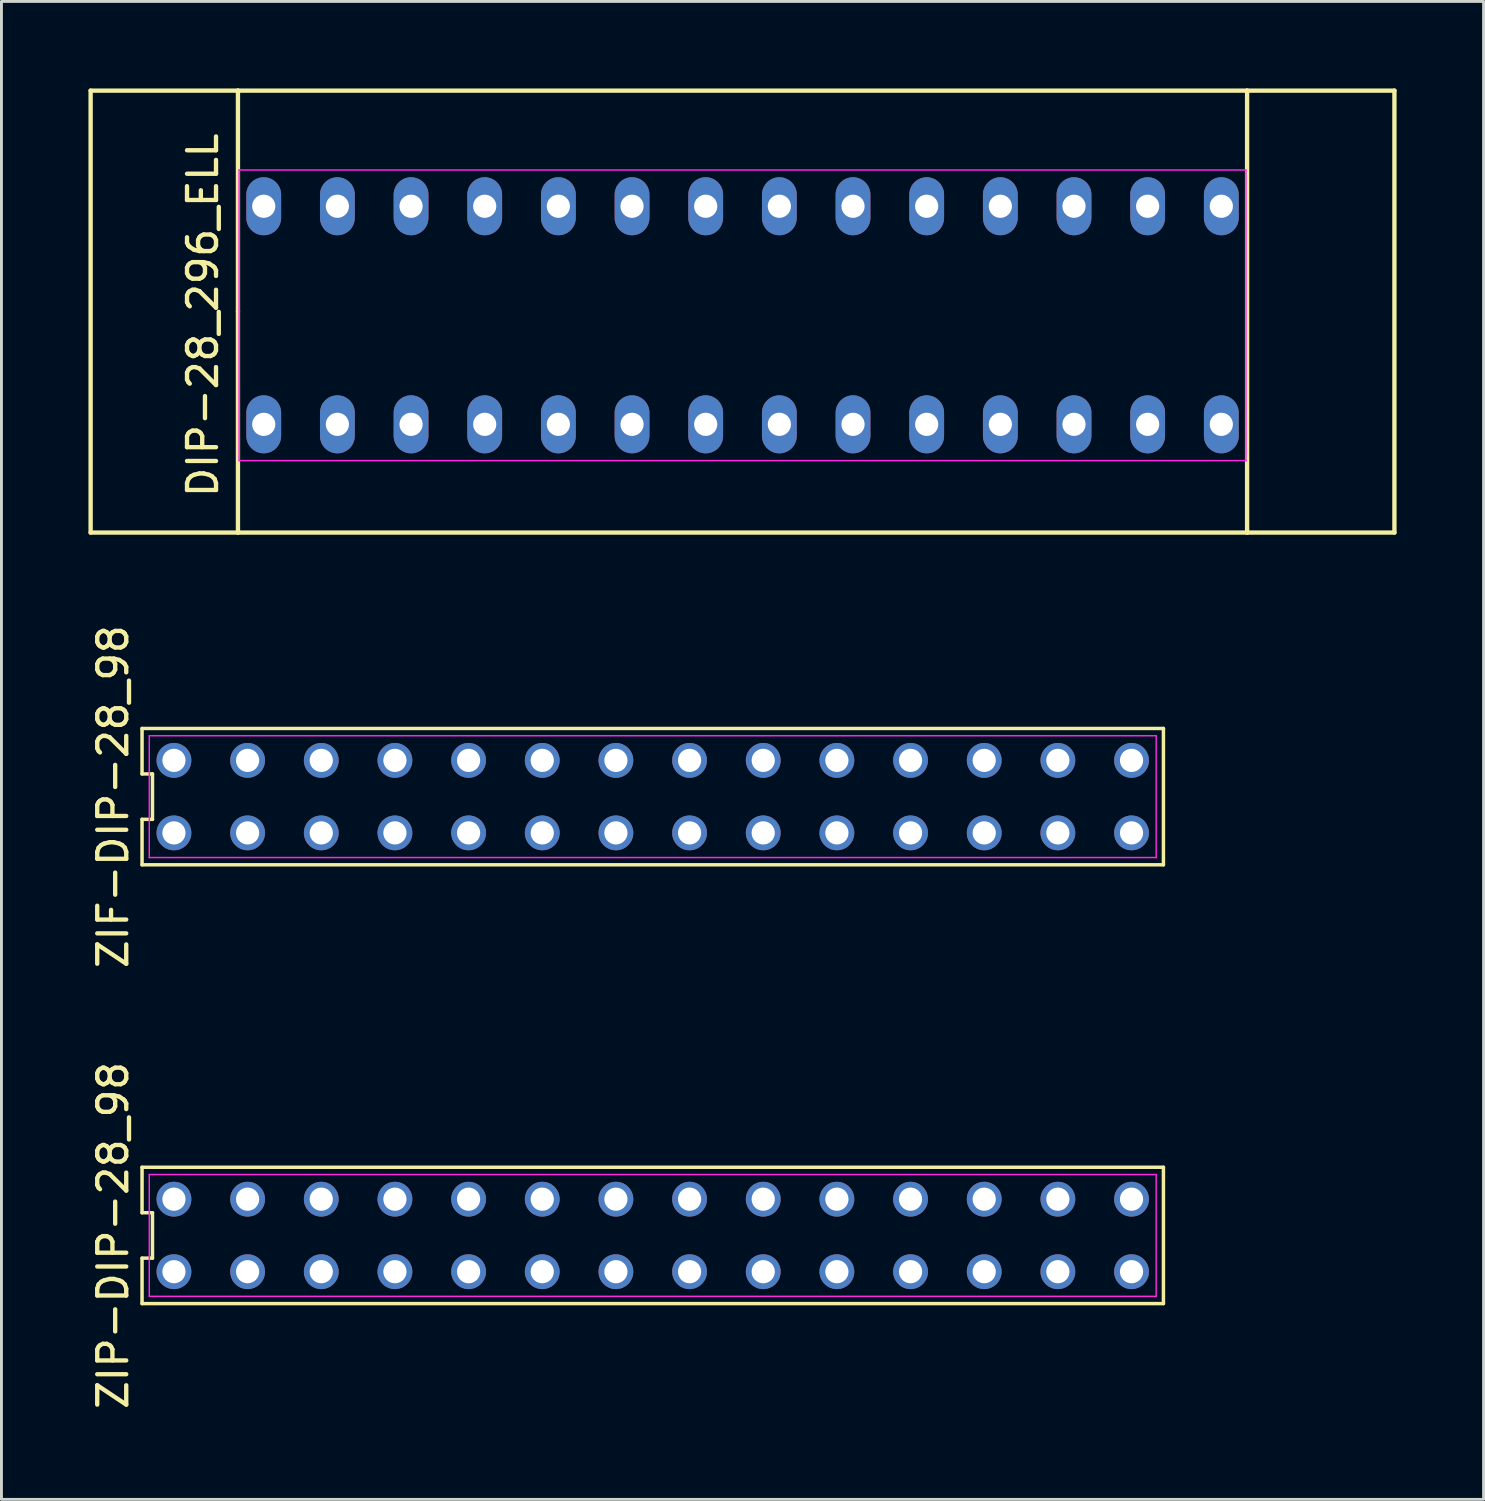
<source format=kicad_pcb>
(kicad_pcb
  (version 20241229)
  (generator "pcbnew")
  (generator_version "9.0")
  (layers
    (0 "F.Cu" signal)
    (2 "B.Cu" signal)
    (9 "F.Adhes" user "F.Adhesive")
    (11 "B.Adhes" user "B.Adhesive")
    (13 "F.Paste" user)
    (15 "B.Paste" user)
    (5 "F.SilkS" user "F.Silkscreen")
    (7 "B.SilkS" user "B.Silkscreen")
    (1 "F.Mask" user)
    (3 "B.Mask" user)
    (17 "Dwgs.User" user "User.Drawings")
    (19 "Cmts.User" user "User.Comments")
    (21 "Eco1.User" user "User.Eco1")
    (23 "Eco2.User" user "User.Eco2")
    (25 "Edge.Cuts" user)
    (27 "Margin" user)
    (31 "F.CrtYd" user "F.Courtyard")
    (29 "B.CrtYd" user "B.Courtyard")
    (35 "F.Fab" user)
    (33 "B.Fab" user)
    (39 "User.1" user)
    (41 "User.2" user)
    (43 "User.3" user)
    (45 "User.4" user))
  (footprint "DIP-28_296_ELL"
    (layer "F.Cu")
    (at 22.554 7.822)
    (property "Reference" "DIP-28_296_ELL" (at -18.61 0 90) (layer "F.SilkS") (effects (font (size 1 1) (thickness 0.15))))
    (attr through_hole)
    (fp_line (start -22.479 -7.747) (end -17.399 -7.747) (stroke (width 0.15) (type solid)) (layer "F.SilkS"))
    (fp_line (start -22.479 7.493) (end -22.479 -7.747) (stroke (width 0.15) (type solid)) (layer "F.SilkS"))
    (fp_line (start -17.399 -7.747) (end 17.399 -7.747) (stroke (width 0.15) (type solid)) (layer "F.SilkS"))
    (fp_line (start -17.399 -0.127) (end -17.399 -7.747) (stroke (width 0.15) (type solid)) (layer "F.SilkS"))
    (fp_line (start -17.399 7.493) (end -22.479 7.493) (stroke (width 0.15) (type solid)) (layer "F.SilkS"))
    (fp_line (start -17.399 7.493) (end -17.399 -0.127) (stroke (width 0.15) (type solid)) (layer "F.SilkS"))
    (fp_line (start 17.399 -7.747) (end 17.399 7.493) (stroke (width 0.15) (type solid)) (layer "F.SilkS"))
    (fp_line (start 17.399 7.493) (end -17.399 7.493) (stroke (width 0.15) (type solid)) (layer "F.SilkS"))
    (fp_line (start 17.399 7.493) (end 22.479 7.493) (stroke (width 0.15) (type solid)) (layer "F.SilkS"))
    (fp_line (start 22.479 -7.747) (end 17.399 -7.747) (stroke (width 0.15) (type solid)) (layer "F.SilkS"))
    (fp_line (start 22.479 7.493) (end 22.479 -7.747) (stroke (width 0.15) (type solid)) (layer "F.SilkS"))
    (fp_line (start -17.36 -5.01) (end 17.36 -5.01) (stroke (width 0.05) (type solid)) (layer "F.CrtYd"))
    (fp_line (start -17.36 5.01) (end -17.36 -5.01) (stroke (width 0.05) (type solid)) (layer "F.CrtYd"))
    (fp_line (start 17.36 -5.01) (end 17.36 5.01) (stroke (width 0.05) (type solid)) (layer "F.CrtYd"))
    (fp_line (start 17.36 5.01) (end -17.36 5.01) (stroke (width 0.05) (type solid)) (layer "F.CrtYd"))
    (pad "1" thru_hole oval (at -16.51 3.76) (size 1.2 2) (drill 0.8) (layers "*.Cu" "*.Mask"))
    (pad "2" thru_hole oval (at -13.97 3.76) (size 1.2 2) (drill 0.8) (layers "*.Cu" "*.Mask"))
    (pad "3" thru_hole oval (at -11.43 3.76) (size 1.2 2) (drill 0.8) (layers "*.Cu" "*.Mask"))
    (pad "4" thru_hole oval (at -8.89 3.76) (size 1.2 2) (drill 0.8) (layers "*.Cu" "*.Mask"))
    (pad "5" thru_hole oval (at -6.35 3.76) (size 1.2 2) (drill 0.8) (layers "*.Cu" "*.Mask"))
    (pad "6" thru_hole oval (at -3.81 3.76) (size 1.2 2) (drill 0.8) (layers "*.Cu" "*.Mask"))
    (pad "7" thru_hole oval (at -1.27 3.76) (size 1.2 2) (drill 0.8) (layers "*.Cu" "*.Mask"))
    (pad "8" thru_hole oval (at 1.27 3.76) (size 1.2 2) (drill 0.8) (layers "*.Cu" "*.Mask"))
    (pad "9" thru_hole oval (at 3.81 3.76) (size 1.2 2) (drill 0.8) (layers "*.Cu" "*.Mask"))
    (pad "10" thru_hole oval (at 6.35 3.76) (size 1.2 2) (drill 0.8) (layers "*.Cu" "*.Mask"))
    (pad "11" thru_hole oval (at 8.89 3.76) (size 1.2 2) (drill 0.8) (layers "*.Cu" "*.Mask"))
    (pad "12" thru_hole oval (at 11.43 3.76) (size 1.2 2) (drill 0.8) (layers "*.Cu" "*.Mask"))
    (pad "13" thru_hole oval (at 13.97 3.76) (size 1.2 2) (drill 0.8) (layers "*.Cu" "*.Mask"))
    (pad "14" thru_hole oval (at 16.51 3.76) (size 1.2 2) (drill 0.8) (layers "*.Cu" "*.Mask"))
    (pad "15" thru_hole oval (at 16.51 -3.76) (size 1.2 2) (drill 0.8) (layers "*.Cu" "*.Mask"))
    (pad "16" thru_hole oval (at 13.97 -3.76) (size 1.2 2) (drill 0.8) (layers "*.Cu" "*.Mask"))
    (pad "17" thru_hole oval (at 11.43 -3.76) (size 1.2 2) (drill 0.8) (layers "*.Cu" "*.Mask"))
    (pad "18" thru_hole oval (at 8.89 -3.76) (size 1.2 2) (drill 0.8) (layers "*.Cu" "*.Mask"))
    (pad "19" thru_hole oval (at 6.35 -3.76) (size 1.2 2) (drill 0.8) (layers "*.Cu" "*.Mask"))
    (pad "20" thru_hole oval (at 3.81 -3.76) (size 1.2 2) (drill 0.8) (layers "*.Cu" "*.Mask"))
    (pad "21" thru_hole oval (at 1.27 -3.76) (size 1.2 2) (drill 0.8) (layers "*.Cu" "*.Mask"))
    (pad "22" thru_hole oval (at -1.27 -3.76) (size 1.2 2) (drill 0.8) (layers "*.Cu" "*.Mask"))
    (pad "23" thru_hole oval (at -3.81 -3.76) (size 1.2 2) (drill 0.8) (layers "*.Cu" "*.Mask"))
    (pad "24" thru_hole oval (at -6.35 -3.76) (size 1.2 2) (drill 0.8) (layers "*.Cu" "*.Mask"))
    (pad "25" thru_hole oval (at -8.89 -3.76) (size 1.2 2) (drill 0.8) (layers "*.Cu" "*.Mask"))
    (pad "26" thru_hole oval (at -11.43 -3.76) (size 1.2 2) (drill 0.8) (layers "*.Cu" "*.Mask"))
    (pad "27" thru_hole oval (at -13.97 -3.76) (size 1.2 2) (drill 0.8) (layers "*.Cu" "*.Mask"))
    (pad "28" thru_hole oval (at -16.51 -3.76) (size 1.2 2) (drill 0.8) (layers "*.Cu" "*.Mask")))
  (footprint "ZIP-DIP-28_98"
    (layer "F.Cu")
    (at 19.458 39.551)
    (property "Reference" "ZIP-DIP-28_98" (at -18.61 0 90) (layer "F.SilkS") (effects (font (size 1 1) (thickness 0.15))))
    (attr through_hole)
    (fp_line (start -17.61 -2.35) (end -17.61 -0.783) (stroke (width 0.12) (type solid)) (layer "F.SilkS"))
    (fp_line (start -17.61 -0.783) (end -17.25 -0.783) (stroke (width 0.12) (type solid)) (layer "F.SilkS"))
    (fp_line (start -17.61 0.783) (end -17.61 2.35) (stroke (width 0.12) (type solid)) (layer "F.SilkS"))
    (fp_line (start -17.61 2.35) (end 17.61 2.35) (stroke (width 0.12) (type solid)) (layer "F.SilkS"))
    (fp_line (start -17.25 -0.783) (end -17.25 0.783) (stroke (width 0.12) (type solid)) (layer "F.SilkS"))
    (fp_line (start -17.25 0.783) (end -17.61 0.783) (stroke (width 0.12) (type solid)) (layer "F.SilkS"))
    (fp_line (start 17.61 -2.35) (end -17.61 -2.35) (stroke (width 0.12) (type solid)) (layer "F.SilkS"))
    (fp_line (start 17.61 2.35) (end 17.61 -2.35) (stroke (width 0.12) (type solid)) (layer "F.SilkS"))
    (fp_line (start -17.36 -2.1) (end 17.36 -2.1) (stroke (width 0.05) (type solid)) (layer "F.CrtYd"))
    (fp_line (start -17.36 2.1) (end -17.36 -2.1) (stroke (width 0.05) (type solid)) (layer "F.CrtYd"))
    (fp_line (start 17.36 -2.1) (end 17.36 2.1) (stroke (width 0.05) (type solid)) (layer "F.CrtYd"))
    (fp_line (start 17.36 2.1) (end -17.36 2.1) (stroke (width 0.05) (type solid)) (layer "F.CrtYd"))
    (pad "1" thru_hole circle (at -16.51 1.25) (size 1.2 1.2) (drill 0.8) (layers "*.Cu" "*.Mask"))
    (pad "2" thru_hole circle (at -13.97 1.25) (size 1.2 1.2) (drill 0.8) (layers "*.Cu" "*.Mask"))
    (pad "3" thru_hole circle (at -11.43 1.25) (size 1.2 1.2) (drill 0.8) (layers "*.Cu" "*.Mask"))
    (pad "4" thru_hole circle (at -8.89 1.25) (size 1.2 1.2) (drill 0.8) (layers "*.Cu" "*.Mask"))
    (pad "5" thru_hole circle (at -6.35 1.25) (size 1.2 1.2) (drill 0.8) (layers "*.Cu" "*.Mask"))
    (pad "6" thru_hole circle (at -3.81 1.25) (size 1.2 1.2) (drill 0.8) (layers "*.Cu" "*.Mask"))
    (pad "7" thru_hole circle (at -1.27 1.25) (size 1.2 1.2) (drill 0.8) (layers "*.Cu" "*.Mask"))
    (pad "8" thru_hole circle (at 1.27 1.25) (size 1.2 1.2) (drill 0.8) (layers "*.Cu" "*.Mask"))
    (pad "9" thru_hole circle (at 3.81 1.25) (size 1.2 1.2) (drill 0.8) (layers "*.Cu" "*.Mask"))
    (pad "10" thru_hole circle (at 6.35 1.25) (size 1.2 1.2) (drill 0.8) (layers "*.Cu" "*.Mask"))
    (pad "11" thru_hole circle (at 8.89 1.25) (size 1.2 1.2) (drill 0.8) (layers "*.Cu" "*.Mask"))
    (pad "12" thru_hole circle (at 11.43 1.25) (size 1.2 1.2) (drill 0.8) (layers "*.Cu" "*.Mask"))
    (pad "13" thru_hole circle (at 13.97 1.25) (size 1.2 1.2) (drill 0.8) (layers "*.Cu" "*.Mask"))
    (pad "14" thru_hole circle (at 16.51 1.25) (size 1.2 1.2) (drill 0.8) (layers "*.Cu" "*.Mask"))
    (pad "15" thru_hole circle (at 16.51 -1.25) (size 1.2 1.2) (drill 0.8) (layers "*.Cu" "*.Mask"))
    (pad "16" thru_hole circle (at 13.97 -1.25) (size 1.2 1.2) (drill 0.8) (layers "*.Cu" "*.Mask"))
    (pad "17" thru_hole circle (at 11.43 -1.25) (size 1.2 1.2) (drill 0.8) (layers "*.Cu" "*.Mask"))
    (pad "18" thru_hole circle (at 8.89 -1.25) (size 1.2 1.2) (drill 0.8) (layers "*.Cu" "*.Mask"))
    (pad "19" thru_hole circle (at 6.35 -1.25) (size 1.2 1.2) (drill 0.8) (layers "*.Cu" "*.Mask"))
    (pad "20" thru_hole circle (at 3.81 -1.25) (size 1.2 1.2) (drill 0.8) (layers "*.Cu" "*.Mask"))
    (pad "21" thru_hole circle (at 1.27 -1.25) (size 1.2 1.2) (drill 0.8) (layers "*.Cu" "*.Mask"))
    (pad "22" thru_hole circle (at -1.27 -1.25) (size 1.2 1.2) (drill 0.8) (layers "*.Cu" "*.Mask"))
    (pad "23" thru_hole circle (at -3.81 -1.25) (size 1.2 1.2) (drill 0.8) (layers "*.Cu" "*.Mask"))
    (pad "24" thru_hole circle (at -6.35 -1.25) (size 1.2 1.2) (drill 0.8) (layers "*.Cu" "*.Mask"))
    (pad "25" thru_hole circle (at -8.89 -1.25) (size 1.2 1.2) (drill 0.8) (layers "*.Cu" "*.Mask"))
    (pad "26" thru_hole circle (at -11.43 -1.25) (size 1.2 1.2) (drill 0.8) (layers "*.Cu" "*.Mask"))
    (pad "27" thru_hole circle (at -13.97 -1.25) (size 1.2 1.2) (drill 0.8) (layers "*.Cu" "*.Mask"))
    (pad "28" thru_hole circle (at -16.51 -1.25) (size 1.2 1.2) (drill 0.8) (layers "*.Cu" "*.Mask")))
  (footprint "ZIF-DIP-28_98"
    (layer "F.Cu")
    (at 19.458 24.42)
    (property "Reference" "ZIF-DIP-28_98" (at -18.61 0 90) (layer "F.SilkS") (effects (font (size 1 1) (thickness 0.15))))
    (attr through_hole)
    (fp_line (start -17.61 -2.35) (end -17.61 -0.783) (stroke (width 0.12) (type solid)) (layer "F.SilkS"))
    (fp_line (start -17.61 -0.783) (end -17.25 -0.783) (stroke (width 0.12) (type solid)) (layer "F.SilkS"))
    (fp_line (start -17.61 0.783) (end -17.61 2.35) (stroke (width 0.12) (type solid)) (layer "F.SilkS"))
    (fp_line (start -17.61 2.35) (end 17.61 2.35) (stroke (width 0.12) (type solid)) (layer "F.SilkS"))
    (fp_line (start -17.25 -0.783) (end -17.25 0.783) (stroke (width 0.12) (type solid)) (layer "F.SilkS"))
    (fp_line (start -17.25 0.783) (end -17.61 0.783) (stroke (width 0.12) (type solid)) (layer "F.SilkS"))
    (fp_line (start 17.61 -2.35) (end -17.61 -2.35) (stroke (width 0.12) (type solid)) (layer "F.SilkS"))
    (fp_line (start 17.61 2.35) (end 17.61 -2.35) (stroke (width 0.12) (type solid)) (layer "F.SilkS"))
    (fp_line (start -17.36 -2.1) (end 17.36 -2.1) (stroke (width 0.05) (type solid)) (layer "F.CrtYd"))
    (fp_line (start -17.36 2.1) (end -17.36 -2.1) (stroke (width 0.05) (type solid)) (layer "F.CrtYd"))
    (fp_line (start 17.36 -2.1) (end 17.36 2.1) (stroke (width 0.05) (type solid)) (layer "F.CrtYd"))
    (fp_line (start 17.36 2.1) (end -17.36 2.1) (stroke (width 0.05) (type solid)) (layer "F.CrtYd"))
    (pad "1" thru_hole circle (at -16.51 1.25) (size 1.2 1.2) (drill 0.8) (layers "*.Cu" "*.Mask"))
    (pad "2" thru_hole circle (at -13.97 1.25) (size 1.2 1.2) (drill 0.8) (layers "*.Cu" "*.Mask"))
    (pad "3" thru_hole circle (at -11.43 1.25) (size 1.2 1.2) (drill 0.8) (layers "*.Cu" "*.Mask"))
    (pad "4" thru_hole circle (at -8.89 1.25) (size 1.2 1.2) (drill 0.8) (layers "*.Cu" "*.Mask"))
    (pad "5" thru_hole circle (at -6.35 1.25) (size 1.2 1.2) (drill 0.8) (layers "*.Cu" "*.Mask"))
    (pad "6" thru_hole circle (at -3.81 1.25) (size 1.2 1.2) (drill 0.8) (layers "*.Cu" "*.Mask"))
    (pad "7" thru_hole circle (at -1.27 1.25) (size 1.2 1.2) (drill 0.8) (layers "*.Cu" "*.Mask"))
    (pad "8" thru_hole circle (at 1.27 1.25) (size 1.2 1.2) (drill 0.8) (layers "*.Cu" "*.Mask"))
    (pad "9" thru_hole circle (at 3.81 1.25) (size 1.2 1.2) (drill 0.8) (layers "*.Cu" "*.Mask"))
    (pad "10" thru_hole circle (at 6.35 1.25) (size 1.2 1.2) (drill 0.8) (layers "*.Cu" "*.Mask"))
    (pad "11" thru_hole circle (at 8.89 1.25) (size 1.2 1.2) (drill 0.8) (layers "*.Cu" "*.Mask"))
    (pad "12" thru_hole circle (at 11.43 1.25) (size 1.2 1.2) (drill 0.8) (layers "*.Cu" "*.Mask"))
    (pad "13" thru_hole circle (at 13.97 1.25) (size 1.2 1.2) (drill 0.8) (layers "*.Cu" "*.Mask"))
    (pad "14" thru_hole circle (at 16.51 1.25) (size 1.2 1.2) (drill 0.8) (layers "*.Cu" "*.Mask"))
    (pad "15" thru_hole circle (at 16.51 -1.25) (size 1.2 1.2) (drill 0.8) (layers "*.Cu" "*.Mask"))
    (pad "16" thru_hole circle (at 13.97 -1.25) (size 1.2 1.2) (drill 0.8) (layers "*.Cu" "*.Mask"))
    (pad "17" thru_hole circle (at 11.43 -1.25) (size 1.2 1.2) (drill 0.8) (layers "*.Cu" "*.Mask"))
    (pad "18" thru_hole circle (at 8.89 -1.25) (size 1.2 1.2) (drill 0.8) (layers "*.Cu" "*.Mask"))
    (pad "19" thru_hole circle (at 6.35 -1.25) (size 1.2 1.2) (drill 0.8) (layers "*.Cu" "*.Mask"))
    (pad "20" thru_hole circle (at 3.81 -1.25) (size 1.2 1.2) (drill 0.8) (layers "*.Cu" "*.Mask"))
    (pad "21" thru_hole circle (at 1.27 -1.25) (size 1.2 1.2) (drill 0.8) (layers "*.Cu" "*.Mask"))
    (pad "22" thru_hole circle (at -1.27 -1.25) (size 1.2 1.2) (drill 0.8) (layers "*.Cu" "*.Mask"))
    (pad "23" thru_hole circle (at -3.81 -1.25) (size 1.2 1.2) (drill 0.8) (layers "*.Cu" "*.Mask"))
    (pad "24" thru_hole circle (at -6.35 -1.25) (size 1.2 1.2) (drill 0.8) (layers "*.Cu" "*.Mask"))
    (pad "25" thru_hole circle (at -8.89 -1.25) (size 1.2 1.2) (drill 0.8) (layers "*.Cu" "*.Mask"))
    (pad "26" thru_hole circle (at -11.43 -1.25) (size 1.2 1.2) (drill 0.8) (layers "*.Cu" "*.Mask"))
    (pad "27" thru_hole circle (at -13.97 -1.25) (size 1.2 1.2) (drill 0.8) (layers "*.Cu" "*.Mask"))
    (pad "28" thru_hole circle (at -16.51 -1.25) (size 1.2 1.2) (drill 0.8) (layers "*.Cu" "*.Mask")))
  (gr_rect
    (start -3 -3)
    (end 48.108 48.652)
    (stroke (width 0.1) (type default))
    (fill no)
    (layer "Edge.Cuts")))
</source>
